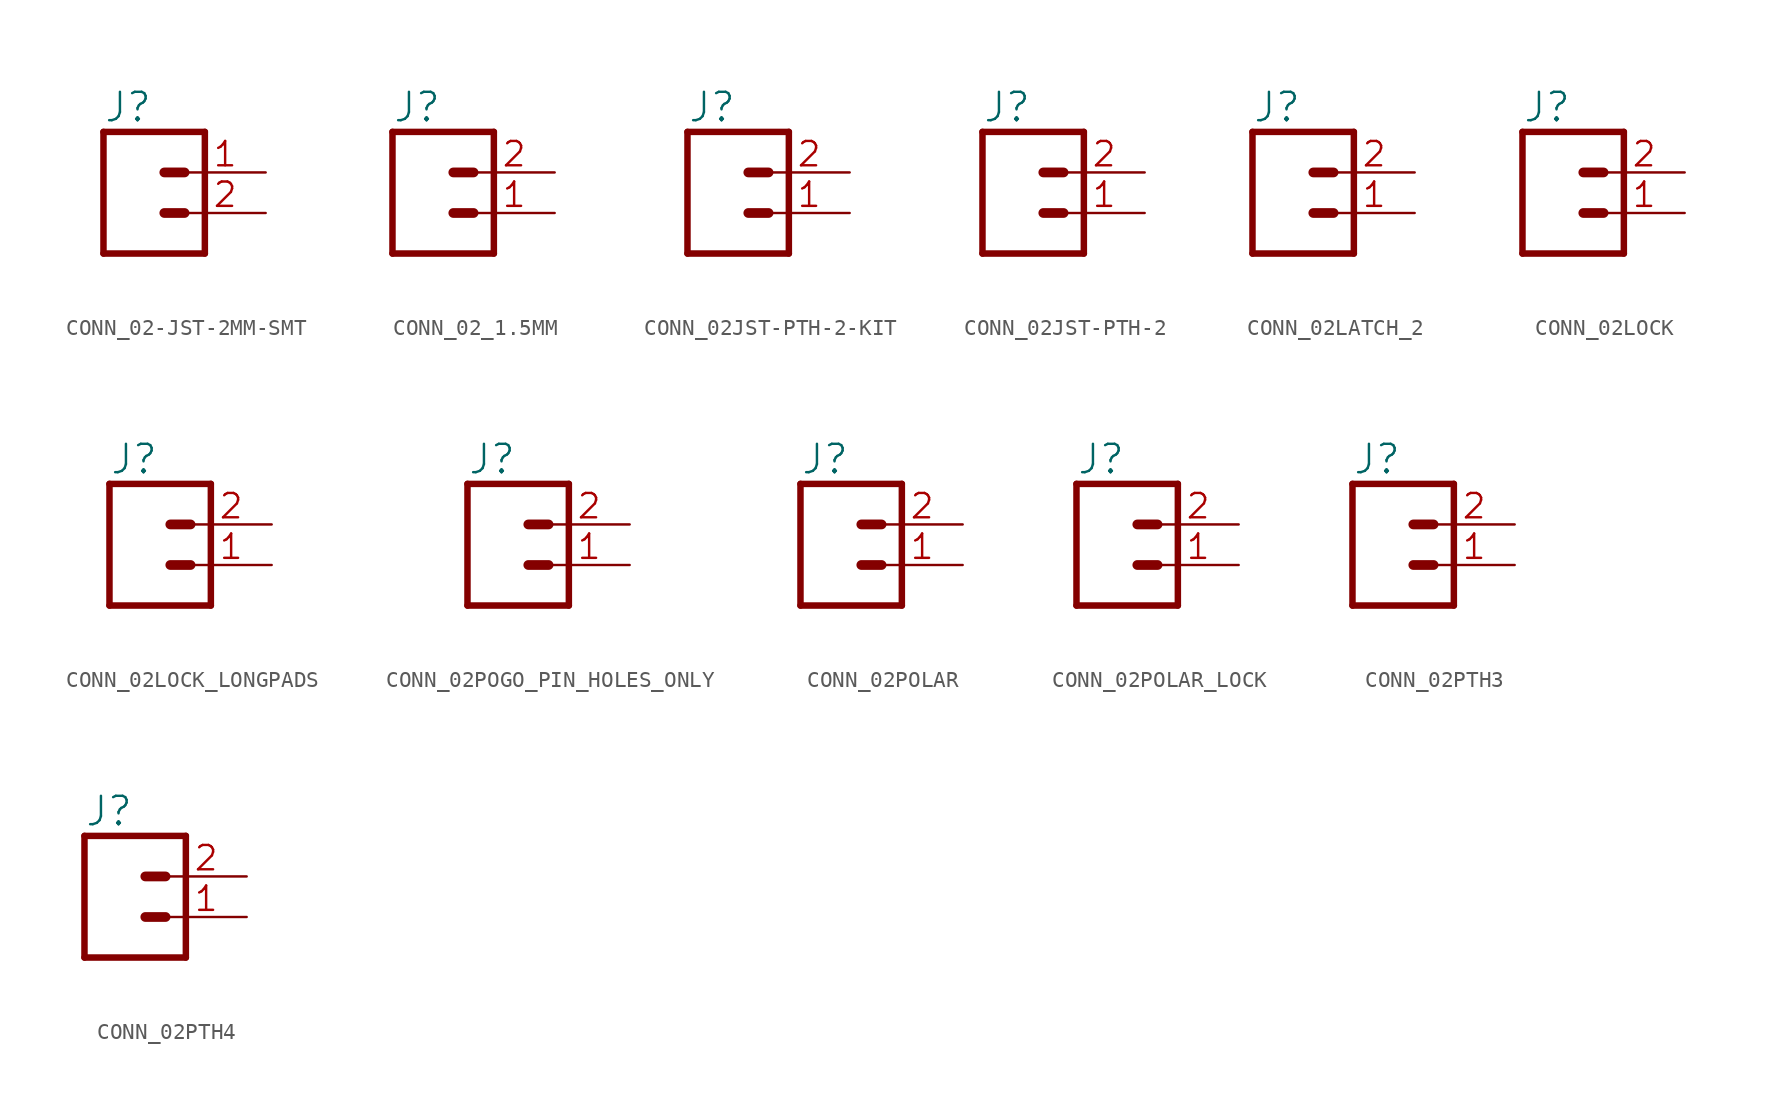
<source format=kicad_sym>
(kicad_symbol_lib
  (version 20241209)
  (generator "kicad_symbol_editor")
  (generator_version "9.0")
  (symbol "CONN_02-JST-2MM-SMT"
    (property "Reference" "J"
      (at -2.54 5.588 0)
      (effects (font (size 1.778 1.778)) (justify left bottom)))
    (property "Value" ""
      (at -2.54 -4.826 0)
      (effects (font (size 1.778 1.778)) (justify left bottom)))
    (property "ki_locked" ""
      (at 0 0 0)
      (effects (font (size 1.27 1.27))))
    (symbol "CONN_02-JST-2MM-SMT_1_0"
      (polyline (pts (xy -2.54 5.08) (xy -2.54 -2.54)) (stroke (width 0.406) (type solid)) (fill (type none)))
      (polyline (pts (xy -2.54 5.08) (xy 3.81 5.08)) (stroke (width 0.406) (type solid)) (fill (type none)))
      (polyline (pts (xy 1.27 2.54) (xy 2.54 2.54)) (stroke (width 0.61) (type solid)) (fill (type none)))
      (polyline (pts (xy 1.27 0) (xy 2.54 0)) (stroke (width 0.61) (type solid)) (fill (type none)))
      (polyline (pts (xy 3.81 -2.54) (xy -2.54 -2.54)) (stroke (width 0.406) (type solid)) (fill (type none)))
      (polyline (pts (xy 3.81 -2.54) (xy 3.81 5.08)) (stroke (width 0.406) (type solid)) (fill (type none)))
      (pin passive line (at 7.62 2.54 180) (length 5.08) (name "2" (effects (font (size 0 0)))) (number "1" (effects (font (size 1.524 1.524)))))
      (pin passive line (at 7.62 0 180) (length 5.08) (name "1" (effects (font (size 0 0)))) (number "2" (effects (font (size 1.524 1.524)))))))
  (symbol "CONN_02_1.5MM"
    (property "Reference" "J"
      (at -2.54 5.588 0)
      (effects (font (size 1.778 1.778)) (justify left bottom)))
    (property "Value" ""
      (at -2.54 -4.826 0)
      (effects (font (size 1.778 1.778)) (justify left bottom)))
    (property "ki_locked" ""
      (at 0 0 0)
      (effects (font (size 1.27 1.27))))
    (symbol "CONN_02_1.5MM_1_0"
      (polyline (pts (xy -2.54 5.08) (xy -2.54 -2.54)) (stroke (width 0.406) (type solid)) (fill (type none)))
      (polyline (pts (xy -2.54 5.08) (xy 3.81 5.08)) (stroke (width 0.406) (type solid)) (fill (type none)))
      (polyline (pts (xy 1.27 2.54) (xy 2.54 2.54)) (stroke (width 0.61) (type solid)) (fill (type none)))
      (polyline (pts (xy 1.27 0) (xy 2.54 0)) (stroke (width 0.61) (type solid)) (fill (type none)))
      (polyline (pts (xy 3.81 -2.54) (xy -2.54 -2.54)) (stroke (width 0.406) (type solid)) (fill (type none)))
      (polyline (pts (xy 3.81 -2.54) (xy 3.81 5.08)) (stroke (width 0.406) (type solid)) (fill (type none)))
      (pin passive line (at 7.62 2.54 180) (length 5.08) (name "2" (effects (font (size 0 0)))) (number "2" (effects (font (size 1.524 1.524)))))
      (pin passive line (at 7.62 0 180) (length 5.08) (name "1" (effects (font (size 0 0)))) (number "1" (effects (font (size 1.524 1.524)))))))
  (symbol "CONN_02JST-PTH-2-KIT"
    (property "Reference" "J"
      (at -2.54 5.588 0)
      (effects (font (size 1.778 1.778)) (justify left bottom)))
    (property "Value" ""
      (at -2.54 -4.826 0)
      (effects (font (size 1.778 1.778)) (justify left bottom)))
    (property "ki_locked" ""
      (at 0 0 0)
      (effects (font (size 1.27 1.27))))
    (symbol "CONN_02JST-PTH-2-KIT_1_0"
      (polyline (pts (xy -2.54 5.08) (xy -2.54 -2.54)) (stroke (width 0.406) (type solid)) (fill (type none)))
      (polyline (pts (xy -2.54 5.08) (xy 3.81 5.08)) (stroke (width 0.406) (type solid)) (fill (type none)))
      (polyline (pts (xy 1.27 2.54) (xy 2.54 2.54)) (stroke (width 0.61) (type solid)) (fill (type none)))
      (polyline (pts (xy 1.27 0) (xy 2.54 0)) (stroke (width 0.61) (type solid)) (fill (type none)))
      (polyline (pts (xy 3.81 -2.54) (xy -2.54 -2.54)) (stroke (width 0.406) (type solid)) (fill (type none)))
      (polyline (pts (xy 3.81 -2.54) (xy 3.81 5.08)) (stroke (width 0.406) (type solid)) (fill (type none)))
      (pin passive line (at 7.62 2.54 180) (length 5.08) (name "2" (effects (font (size 0 0)))) (number "2" (effects (font (size 1.524 1.524)))))
      (pin passive line (at 7.62 0 180) (length 5.08) (name "1" (effects (font (size 0 0)))) (number "1" (effects (font (size 1.524 1.524)))))))
  (symbol "CONN_02JST-PTH-2"
    (property "Reference" "J"
      (at -2.54 5.588 0)
      (effects (font (size 1.778 1.778)) (justify left bottom)))
    (property "Value" ""
      (at -2.54 -4.826 0)
      (effects (font (size 1.778 1.778)) (justify left bottom)))
    (property "ki_locked" ""
      (at 0 0 0)
      (effects (font (size 1.27 1.27))))
    (symbol "CONN_02JST-PTH-2_1_0"
      (polyline (pts (xy -2.54 5.08) (xy -2.54 -2.54)) (stroke (width 0.406) (type solid)) (fill (type none)))
      (polyline (pts (xy -2.54 5.08) (xy 3.81 5.08)) (stroke (width 0.406) (type solid)) (fill (type none)))
      (polyline (pts (xy 1.27 2.54) (xy 2.54 2.54)) (stroke (width 0.61) (type solid)) (fill (type none)))
      (polyline (pts (xy 1.27 0) (xy 2.54 0)) (stroke (width 0.61) (type solid)) (fill (type none)))
      (polyline (pts (xy 3.81 -2.54) (xy -2.54 -2.54)) (stroke (width 0.406) (type solid)) (fill (type none)))
      (polyline (pts (xy 3.81 -2.54) (xy 3.81 5.08)) (stroke (width 0.406) (type solid)) (fill (type none)))
      (pin passive line (at 7.62 2.54 180) (length 5.08) (name "2" (effects (font (size 0 0)))) (number "2" (effects (font (size 1.524 1.524)))))
      (pin passive line (at 7.62 0 180) (length 5.08) (name "1" (effects (font (size 0 0)))) (number "1" (effects (font (size 1.524 1.524)))))))
  (symbol "CONN_02LATCH_2"
    (property "Reference" "J"
      (at -2.54 5.588 0)
      (effects (font (size 1.778 1.778)) (justify left bottom)))
    (property "Value" ""
      (at -2.54 -4.826 0)
      (effects (font (size 1.778 1.778)) (justify left bottom)))
    (property "ki_locked" ""
      (at 0 0 0)
      (effects (font (size 1.27 1.27))))
    (symbol "CONN_02LATCH_2_1_0"
      (polyline (pts (xy -2.54 5.08) (xy -2.54 -2.54)) (stroke (width 0.406) (type solid)) (fill (type none)))
      (polyline (pts (xy -2.54 5.08) (xy 3.81 5.08)) (stroke (width 0.406) (type solid)) (fill (type none)))
      (polyline (pts (xy 1.27 2.54) (xy 2.54 2.54)) (stroke (width 0.61) (type solid)) (fill (type none)))
      (polyline (pts (xy 1.27 0) (xy 2.54 0)) (stroke (width 0.61) (type solid)) (fill (type none)))
      (polyline (pts (xy 3.81 -2.54) (xy -2.54 -2.54)) (stroke (width 0.406) (type solid)) (fill (type none)))
      (polyline (pts (xy 3.81 -2.54) (xy 3.81 5.08)) (stroke (width 0.406) (type solid)) (fill (type none)))
      (pin passive line (at 7.62 2.54 180) (length 5.08) (name "2" (effects (font (size 0 0)))) (number "2" (effects (font (size 1.524 1.524)))))
      (pin passive line (at 7.62 0 180) (length 5.08) (name "1" (effects (font (size 0 0)))) (number "1" (effects (font (size 1.524 1.524)))))))
  (symbol "CONN_02LOCK"
    (property "Reference" "J"
      (at -2.54 5.588 0)
      (effects (font (size 1.778 1.778)) (justify left bottom)))
    (property "Value" ""
      (at -2.54 -4.826 0)
      (effects (font (size 1.778 1.778)) (justify left bottom)))
    (property "ki_locked" ""
      (at 0 0 0)
      (effects (font (size 1.27 1.27))))
    (symbol "CONN_02LOCK_1_0"
      (polyline (pts (xy -2.54 5.08) (xy -2.54 -2.54)) (stroke (width 0.406) (type solid)) (fill (type none)))
      (polyline (pts (xy -2.54 5.08) (xy 3.81 5.08)) (stroke (width 0.406) (type solid)) (fill (type none)))
      (polyline (pts (xy 1.27 2.54) (xy 2.54 2.54)) (stroke (width 0.61) (type solid)) (fill (type none)))
      (polyline (pts (xy 1.27 0) (xy 2.54 0)) (stroke (width 0.61) (type solid)) (fill (type none)))
      (polyline (pts (xy 3.81 -2.54) (xy -2.54 -2.54)) (stroke (width 0.406) (type solid)) (fill (type none)))
      (polyline (pts (xy 3.81 -2.54) (xy 3.81 5.08)) (stroke (width 0.406) (type solid)) (fill (type none)))
      (pin passive line (at 7.62 2.54 180) (length 5.08) (name "2" (effects (font (size 0 0)))) (number "2" (effects (font (size 1.524 1.524)))))
      (pin passive line (at 7.62 0 180) (length 5.08) (name "1" (effects (font (size 0 0)))) (number "1" (effects (font (size 1.524 1.524)))))))
  (symbol "CONN_02LOCK_LONGPADS"
    (property "Reference" "J"
      (at -2.54 5.588 0)
      (effects (font (size 1.778 1.778)) (justify left bottom)))
    (property "Value" ""
      (at -2.54 -4.826 0)
      (effects (font (size 1.778 1.778)) (justify left bottom)))
    (property "ki_locked" ""
      (at 0 0 0)
      (effects (font (size 1.27 1.27))))
    (symbol "CONN_02LOCK_LONGPADS_1_0"
      (polyline (pts (xy -2.54 5.08) (xy -2.54 -2.54)) (stroke (width 0.406) (type solid)) (fill (type none)))
      (polyline (pts (xy -2.54 5.08) (xy 3.81 5.08)) (stroke (width 0.406) (type solid)) (fill (type none)))
      (polyline (pts (xy 1.27 2.54) (xy 2.54 2.54)) (stroke (width 0.61) (type solid)) (fill (type none)))
      (polyline (pts (xy 1.27 0) (xy 2.54 0)) (stroke (width 0.61) (type solid)) (fill (type none)))
      (polyline (pts (xy 3.81 -2.54) (xy -2.54 -2.54)) (stroke (width 0.406) (type solid)) (fill (type none)))
      (polyline (pts (xy 3.81 -2.54) (xy 3.81 5.08)) (stroke (width 0.406) (type solid)) (fill (type none)))
      (pin passive line (at 7.62 2.54 180) (length 5.08) (name "2" (effects (font (size 0 0)))) (number "2" (effects (font (size 1.524 1.524)))))
      (pin passive line (at 7.62 0 180) (length 5.08) (name "1" (effects (font (size 0 0)))) (number "1" (effects (font (size 1.524 1.524)))))))
  (symbol "CONN_02POGO_PIN_HOLES_ONLY"
    (property "Reference" "J"
      (at -2.54 5.588 0)
      (effects (font (size 1.778 1.778)) (justify left bottom)))
    (property "Value" ""
      (at -2.54 -4.826 0)
      (effects (font (size 1.778 1.778)) (justify left bottom)))
    (property "ki_locked" ""
      (at 0 0 0)
      (effects (font (size 1.27 1.27))))
    (symbol "CONN_02POGO_PIN_HOLES_ONLY_1_0"
      (polyline (pts (xy -2.54 5.08) (xy -2.54 -2.54)) (stroke (width 0.406) (type solid)) (fill (type none)))
      (polyline (pts (xy -2.54 5.08) (xy 3.81 5.08)) (stroke (width 0.406) (type solid)) (fill (type none)))
      (polyline (pts (xy 1.27 2.54) (xy 2.54 2.54)) (stroke (width 0.61) (type solid)) (fill (type none)))
      (polyline (pts (xy 1.27 0) (xy 2.54 0)) (stroke (width 0.61) (type solid)) (fill (type none)))
      (polyline (pts (xy 3.81 -2.54) (xy -2.54 -2.54)) (stroke (width 0.406) (type solid)) (fill (type none)))
      (polyline (pts (xy 3.81 -2.54) (xy 3.81 5.08)) (stroke (width 0.406) (type solid)) (fill (type none)))
      (pin passive line (at 7.62 2.54 180) (length 5.08) (name "2" (effects (font (size 0 0)))) (number "2" (effects (font (size 1.524 1.524)))))
      (pin passive line (at 7.62 0 180) (length 5.08) (name "1" (effects (font (size 0 0)))) (number "1" (effects (font (size 1.524 1.524)))))))
  (symbol "CONN_02POLAR"
    (property "Reference" "J"
      (at -2.54 5.588 0)
      (effects (font (size 1.778 1.778)) (justify left bottom)))
    (property "Value" ""
      (at -2.54 -4.826 0)
      (effects (font (size 1.778 1.778)) (justify left bottom)))
    (property "ki_locked" ""
      (at 0 0 0)
      (effects (font (size 1.27 1.27))))
    (symbol "CONN_02POLAR_1_0"
      (polyline (pts (xy -2.54 5.08) (xy -2.54 -2.54)) (stroke (width 0.406) (type solid)) (fill (type none)))
      (polyline (pts (xy -2.54 5.08) (xy 3.81 5.08)) (stroke (width 0.406) (type solid)) (fill (type none)))
      (polyline (pts (xy 1.27 2.54) (xy 2.54 2.54)) (stroke (width 0.61) (type solid)) (fill (type none)))
      (polyline (pts (xy 1.27 0) (xy 2.54 0)) (stroke (width 0.61) (type solid)) (fill (type none)))
      (polyline (pts (xy 3.81 -2.54) (xy -2.54 -2.54)) (stroke (width 0.406) (type solid)) (fill (type none)))
      (polyline (pts (xy 3.81 -2.54) (xy 3.81 5.08)) (stroke (width 0.406) (type solid)) (fill (type none)))
      (pin passive line (at 7.62 2.54 180) (length 5.08) (name "2" (effects (font (size 0 0)))) (number "2" (effects (font (size 1.524 1.524)))))
      (pin passive line (at 7.62 0 180) (length 5.08) (name "1" (effects (font (size 0 0)))) (number "1" (effects (font (size 1.524 1.524)))))))
  (symbol "CONN_02POLAR_LOCK"
    (property "Reference" "J"
      (at -2.54 5.588 0)
      (effects (font (size 1.778 1.778)) (justify left bottom)))
    (property "Value" ""
      (at -2.54 -4.826 0)
      (effects (font (size 1.778 1.778)) (justify left bottom)))
    (property "ki_locked" ""
      (at 0 0 0)
      (effects (font (size 1.27 1.27))))
    (symbol "CONN_02POLAR_LOCK_1_0"
      (polyline (pts (xy -2.54 5.08) (xy -2.54 -2.54)) (stroke (width 0.406) (type solid)) (fill (type none)))
      (polyline (pts (xy -2.54 5.08) (xy 3.81 5.08)) (stroke (width 0.406) (type solid)) (fill (type none)))
      (polyline (pts (xy 1.27 2.54) (xy 2.54 2.54)) (stroke (width 0.61) (type solid)) (fill (type none)))
      (polyline (pts (xy 1.27 0) (xy 2.54 0)) (stroke (width 0.61) (type solid)) (fill (type none)))
      (polyline (pts (xy 3.81 -2.54) (xy -2.54 -2.54)) (stroke (width 0.406) (type solid)) (fill (type none)))
      (polyline (pts (xy 3.81 -2.54) (xy 3.81 5.08)) (stroke (width 0.406) (type solid)) (fill (type none)))
      (pin passive line (at 7.62 2.54 180) (length 5.08) (name "2" (effects (font (size 0 0)))) (number "2" (effects (font (size 1.524 1.524)))))
      (pin passive line (at 7.62 0 180) (length 5.08) (name "1" (effects (font (size 0 0)))) (number "1" (effects (font (size 1.524 1.524)))))))
  (symbol "CONN_02PTH3"
    (property "Reference" "J"
      (at -2.54 5.588 0)
      (effects (font (size 1.778 1.778)) (justify left bottom)))
    (property "Value" ""
      (at -2.54 -4.826 0)
      (effects (font (size 1.778 1.778)) (justify left bottom)))
    (property "ki_locked" ""
      (at 0 0 0)
      (effects (font (size 1.27 1.27))))
    (symbol "CONN_02PTH3_1_0"
      (polyline (pts (xy -2.54 5.08) (xy -2.54 -2.54)) (stroke (width 0.406) (type solid)) (fill (type none)))
      (polyline (pts (xy -2.54 5.08) (xy 3.81 5.08)) (stroke (width 0.406) (type solid)) (fill (type none)))
      (polyline (pts (xy 1.27 2.54) (xy 2.54 2.54)) (stroke (width 0.61) (type solid)) (fill (type none)))
      (polyline (pts (xy 1.27 0) (xy 2.54 0)) (stroke (width 0.61) (type solid)) (fill (type none)))
      (polyline (pts (xy 3.81 -2.54) (xy -2.54 -2.54)) (stroke (width 0.406) (type solid)) (fill (type none)))
      (polyline (pts (xy 3.81 -2.54) (xy 3.81 5.08)) (stroke (width 0.406) (type solid)) (fill (type none)))
      (pin passive line (at 7.62 2.54 180) (length 5.08) (name "2" (effects (font (size 0 0)))) (number "2" (effects (font (size 1.524 1.524)))))
      (pin passive line (at 7.62 0 180) (length 5.08) (name "1" (effects (font (size 0 0)))) (number "1" (effects (font (size 1.524 1.524)))))))
  (symbol "CONN_02PTH4"
    (property "Reference" "J"
      (at -2.54 5.588 0)
      (effects (font (size 1.778 1.778)) (justify left bottom)))
    (property "Value" ""
      (at -2.54 -4.826 0)
      (effects (font (size 1.778 1.778)) (justify left bottom)))
    (property "ki_locked" ""
      (at 0 0 0)
      (effects (font (size 1.27 1.27))))
    (symbol "CONN_02PTH4_1_0"
      (polyline (pts (xy -2.54 5.08) (xy -2.54 -2.54)) (stroke (width 0.406) (type solid)) (fill (type none)))
      (polyline (pts (xy -2.54 5.08) (xy 3.81 5.08)) (stroke (width 0.406) (type solid)) (fill (type none)))
      (polyline (pts (xy 1.27 2.54) (xy 2.54 2.54)) (stroke (width 0.61) (type solid)) (fill (type none)))
      (polyline (pts (xy 1.27 0) (xy 2.54 0)) (stroke (width 0.61) (type solid)) (fill (type none)))
      (polyline (pts (xy 3.81 -2.54) (xy -2.54 -2.54)) (stroke (width 0.406) (type solid)) (fill (type none)))
      (polyline (pts (xy 3.81 -2.54) (xy 3.81 5.08)) (stroke (width 0.406) (type solid)) (fill (type none)))
      (pin passive line (at 7.62 2.54 180) (length 5.08) (name "2" (effects (font (size 0 0)))) (number "2" (effects (font (size 1.524 1.524)))))
      (pin passive line (at 7.62 0 180) (length 5.08) (name "1" (effects (font (size 0 0)))) (number "1" (effects (font (size 1.524 1.524))))))))
</source>
